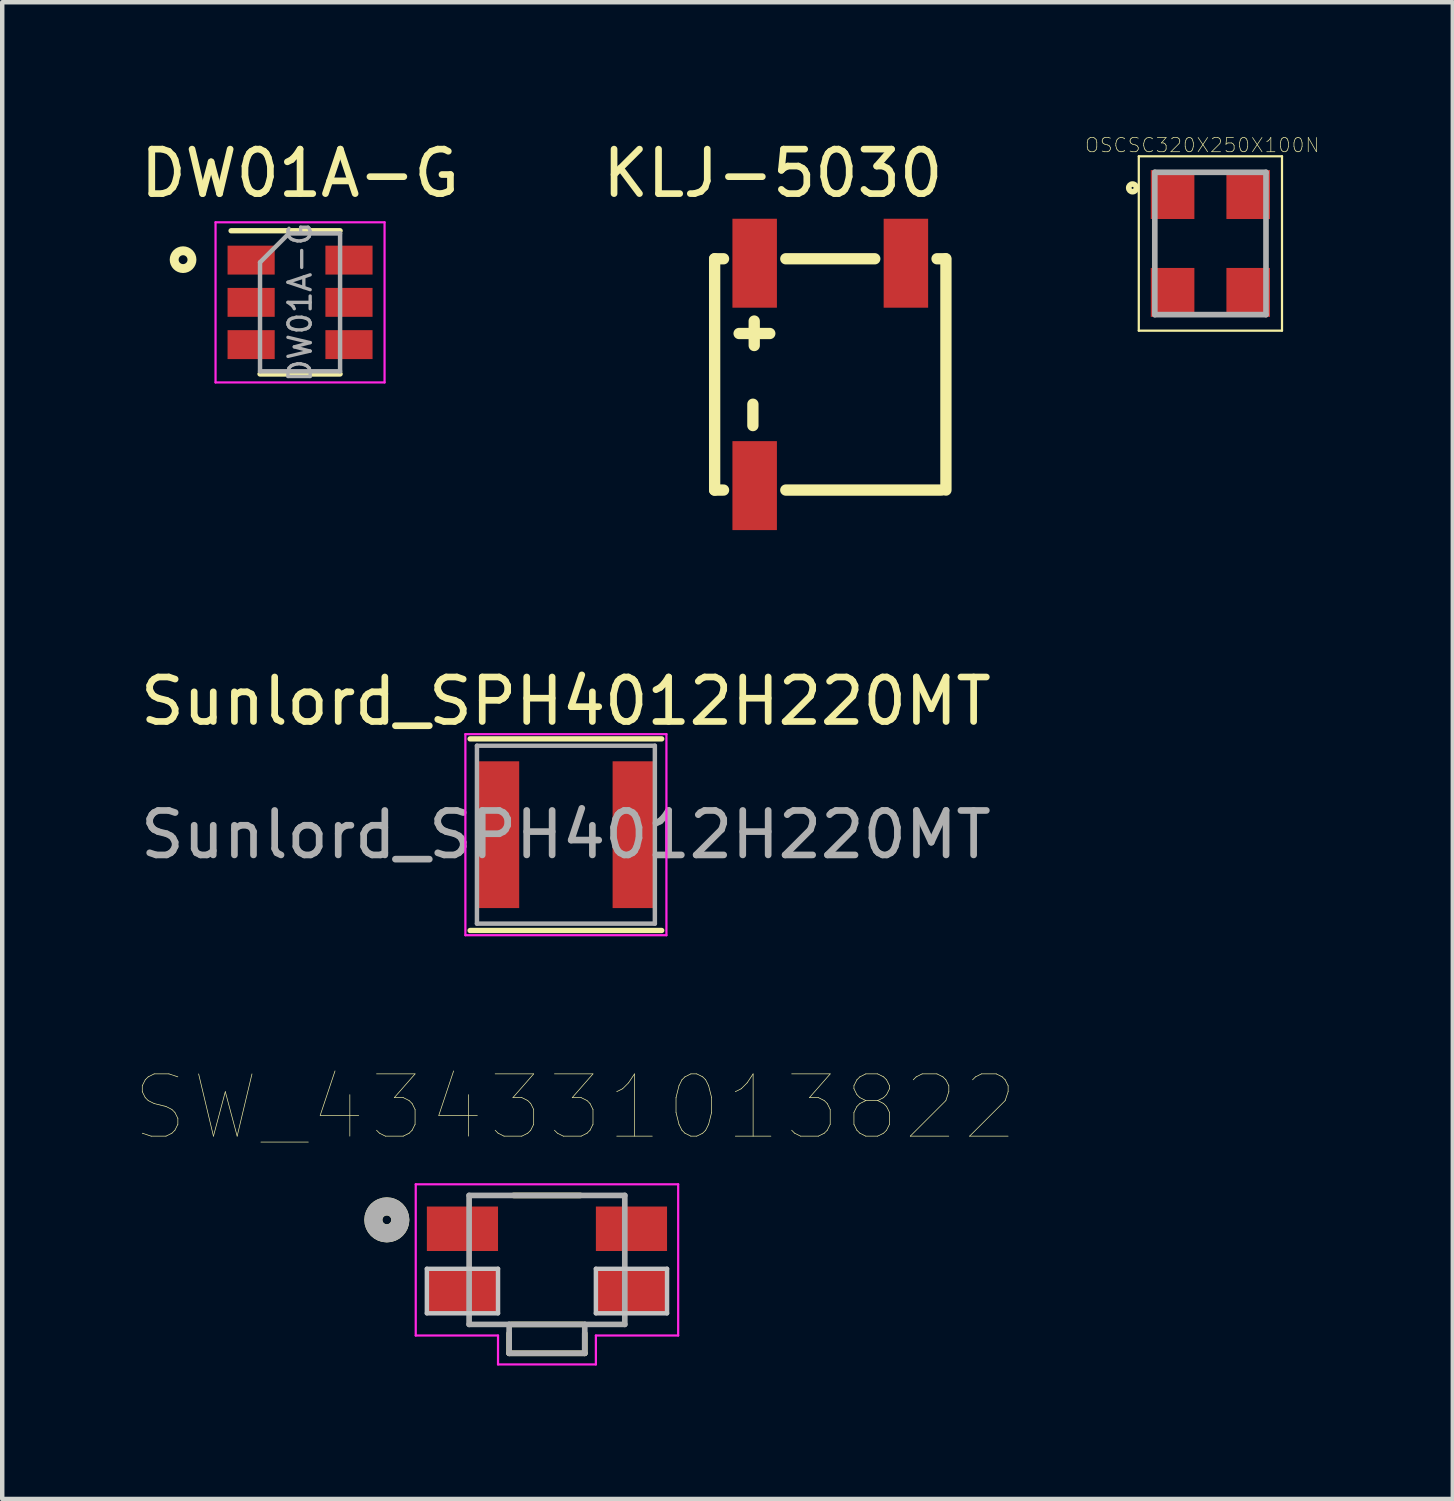
<source format=kicad_pcb>
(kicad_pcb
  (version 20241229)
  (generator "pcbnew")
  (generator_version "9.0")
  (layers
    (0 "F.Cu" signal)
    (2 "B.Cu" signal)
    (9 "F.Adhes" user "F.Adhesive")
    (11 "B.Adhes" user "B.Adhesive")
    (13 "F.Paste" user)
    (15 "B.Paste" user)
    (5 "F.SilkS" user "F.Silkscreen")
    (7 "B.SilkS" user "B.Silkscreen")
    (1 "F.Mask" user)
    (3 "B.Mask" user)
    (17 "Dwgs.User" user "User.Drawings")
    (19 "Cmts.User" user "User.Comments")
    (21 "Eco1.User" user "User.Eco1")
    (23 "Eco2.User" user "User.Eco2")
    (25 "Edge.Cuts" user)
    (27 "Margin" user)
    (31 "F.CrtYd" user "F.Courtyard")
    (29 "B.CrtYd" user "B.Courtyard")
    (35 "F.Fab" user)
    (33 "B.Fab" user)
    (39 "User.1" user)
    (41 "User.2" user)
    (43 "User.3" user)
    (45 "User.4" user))
  (footprint "SW_434331013822"
    (layer "F.Cu")
    (at 9.247 25.276)
    (property "Reference" "SW_434331013822" (at 0.635 -3.429 0) (layer "F.SilkS") (effects (font (size 1.4 1.4) (thickness 0.015))))
    (attr through_hole)
    (fp_poly (pts (xy -1.9 0.2) (xy -2.7 0.2) (xy -2.7 1.2) (xy -1.9 1.2) (xy -1.9 1.125) (xy -2.425 1.125) (xy -2.425 0.4) (xy -1.9 0.4)) (stroke (width 0.0001) (type solid)) (fill yes) (layer "F.Cu"))
    (fp_poly (pts (xy -1.9 0.2) (xy -1.1 0.2) (xy -1.1 1.2) (xy -1.9 1.2) (xy -1.9 1.125) (xy -1.625 1.125) (xy -1.625 0.4) (xy -1.9 0.4)) (stroke (width 0.0001) (type solid)) (fill yes) (layer "F.Cu"))
    (fp_poly (pts (xy 1.9 0.2) (xy 1.1 0.2) (xy 1.1 1.2) (xy 1.9 1.2) (xy 1.9 1.125) (xy 1.625 1.125) (xy 1.625 0.4) (xy 1.9 0.4)) (stroke (width 0.0001) (type solid)) (fill yes) (layer "F.Cu"))
    (fp_poly (pts (xy 1.9 0.2) (xy 2.7 0.2) (xy 2.7 1.2) (xy 1.9 1.2) (xy 1.9 1.125) (xy 2.425 1.125) (xy 2.425 0.4) (xy 1.9 0.4)) (stroke (width 0.0001) (type solid)) (fill yes) (layer "F.Cu"))
    (fp_line (start -0.85 1.65) (end -0.85 2.1) (stroke (width 0.127) (type solid)) (layer "F.SilkS"))
    (fp_line (start -0.85 2.1) (end 0.85 2.1) (stroke (width 0.127) (type solid)) (layer "F.SilkS"))
    (fp_line (start -0.8 1.45) (end 0.8 1.45) (stroke (width 0.127) (type solid)) (layer "F.SilkS"))
    (fp_line (start -0.75 -1.45) (end 0.75 -1.45) (stroke (width 0.127) (type solid)) (layer "F.SilkS"))
    (fp_line (start 0.85 2.1) (end 0.85 1.65) (stroke (width 0.127) (type solid)) (layer "F.SilkS"))
    (fp_circle (center -3.6 -0.9) (end -3.5 -0.9) (stroke (width 0.406) (type solid)) (fill no) (layer "F.SilkS"))
    (fp_poly (pts (xy -1.9 0.2) (xy -2.7 0.2) (xy -2.7 1.2) (xy -1.9 1.2) (xy -1.9 1.125) (xy -2.425 1.125) (xy -2.425 0.4) (xy -1.9 0.4)) (stroke (width 0.0001) (type solid)) (fill yes) (layer "F.Paste"))
    (fp_poly (pts (xy -1.9 0.2) (xy -1.1 0.2) (xy -1.1 1.2) (xy -1.9 1.2) (xy -1.9 1.125) (xy -1.625 1.125) (xy -1.625 0.4) (xy -1.9 0.4)) (stroke (width 0.0001) (type solid)) (fill yes) (layer "F.Paste"))
    (fp_poly (pts (xy 1.9 0.2) (xy 1.1 0.2) (xy 1.1 1.2) (xy 1.9 1.2) (xy 1.9 1.125) (xy 1.625 1.125) (xy 1.625 0.4) (xy 1.9 0.4)) (stroke (width 0.0001) (type solid)) (fill yes) (layer "F.Paste"))
    (fp_poly (pts (xy 1.9 0.2) (xy 2.7 0.2) (xy 2.7 1.2) (xy 1.9 1.2) (xy 1.9 1.125) (xy 2.425 1.125) (xy 2.425 0.4) (xy 1.9 0.4)) (stroke (width 0.0001) (type solid)) (fill yes) (layer "F.Paste"))
    (fp_poly (pts (xy -2.03 0.4) (xy -2.425 0.4) (xy -2.425 1.125) (xy -2.03 1.125) (xy -2.047 1.125) (xy -2.063 1.123) (xy -2.08 1.121) (xy -2.097 1.118) (xy -2.113 1.114) (xy -2.129 1.109) (xy -2.145 1.104) (xy -2.16 1.097) (xy -2.175 1.09) (xy -2.19 1.082) (xy -2.204 1.073) (xy -2.218 1.064) (xy -2.231 1.054) (xy -2.244 1.043) (xy -2.256 1.031) (xy -2.268 1.019) (xy -2.279 1.006) (xy -2.289 0.993) (xy -2.298 0.979) (xy -2.307 0.965) (xy -2.315 0.95) (xy -2.322 0.935) (xy -2.329 0.92) (xy -2.334 0.904) (xy -2.339 0.888) (xy -2.343 0.872) (xy -2.346 0.855) (xy -2.348 0.838) (xy -2.35 0.822) (xy -2.35 0.805) (xy -2.35 0.795) (xy -2.35 0.778) (xy -2.348 0.762) (xy -2.346 0.745) (xy -2.343 0.728) (xy -2.339 0.712) (xy -2.334 0.696) (xy -2.329 0.68) (xy -2.322 0.665) (xy -2.315 0.65) (xy -2.307 0.635) (xy -2.298 0.621) (xy -2.289 0.607) (xy -2.279 0.594) (xy -2.268 0.581) (xy -2.256 0.569) (xy -2.244 0.557) (xy -2.231 0.546) (xy -2.218 0.536) (xy -2.204 0.527) (xy -2.19 0.518) (xy -2.175 0.51) (xy -2.16 0.503) (xy -2.145 0.496) (xy -2.129 0.491) (xy -2.113 0.486) (xy -2.097 0.482) (xy -2.08 0.479) (xy -2.063 0.477) (xy -2.047 0.475) (xy -2.03 0.475) (xy -2.03 0.4)) (stroke (width 0.0001) (type solid)) (fill yes) (layer "F.Paste"))
    (fp_poly (pts (xy -2.03 0.4) (xy -1.625 0.4) (xy -1.625 1.125) (xy -2.03 1.125) (xy -2.02 1.125) (xy -2.003 1.125) (xy -1.987 1.123) (xy -1.97 1.121) (xy -1.953 1.118) (xy -1.937 1.114) (xy -1.921 1.109) (xy -1.905 1.104) (xy -1.89 1.097) (xy -1.875 1.09) (xy -1.86 1.082) (xy -1.846 1.073) (xy -1.832 1.064) (xy -1.819 1.054) (xy -1.806 1.043) (xy -1.794 1.031) (xy -1.782 1.019) (xy -1.771 1.006) (xy -1.761 0.993) (xy -1.752 0.979) (xy -1.743 0.965) (xy -1.735 0.95) (xy -1.728 0.935) (xy -1.721 0.92) (xy -1.716 0.904) (xy -1.711 0.888) (xy -1.707 0.872) (xy -1.704 0.855) (xy -1.702 0.838) (xy -1.7 0.822) (xy -1.7 0.805) (xy -1.7 0.788) (xy -1.702 0.771) (xy -1.704 0.753) (xy -1.707 0.736) (xy -1.711 0.72) (xy -1.716 0.703) (xy -1.722 0.687) (xy -1.729 0.671) (xy -1.736 0.655) (xy -1.744 0.64) (xy -1.753 0.625) (xy -1.763 0.611) (xy -1.774 0.597) (xy -1.785 0.584) (xy -1.797 0.572) (xy -1.809 0.56) (xy -1.822 0.549) (xy -1.836 0.538) (xy -1.85 0.528) (xy -1.865 0.519) (xy -1.88 0.511) (xy -1.896 0.504) (xy -1.912 0.497) (xy -1.928 0.491) (xy -1.945 0.486) (xy -1.961 0.482) (xy -1.978 0.479) (xy -1.996 0.477) (xy -2.013 0.475) (xy -2.03 0.475) (xy -2.03 0.4)) (stroke (width 0.0001) (type solid)) (fill yes) (layer "F.Paste"))
    (fp_poly (pts (xy 2.03 0.4) (xy 1.625 0.4) (xy 1.625 1.125) (xy 2.03 1.125) (xy 2.02 1.125) (xy 2.003 1.125) (xy 1.987 1.123) (xy 1.97 1.121) (xy 1.953 1.118) (xy 1.937 1.114) (xy 1.921 1.109) (xy 1.905 1.104) (xy 1.89 1.097) (xy 1.875 1.09) (xy 1.86 1.082) (xy 1.846 1.073) (xy 1.832 1.064) (xy 1.819 1.054) (xy 1.806 1.043) (xy 1.794 1.031) (xy 1.782 1.019) (xy 1.771 1.006) (xy 1.761 0.993) (xy 1.752 0.979) (xy 1.743 0.965) (xy 1.735 0.95) (xy 1.728 0.935) (xy 1.721 0.92) (xy 1.716 0.904) (xy 1.711 0.888) (xy 1.707 0.872) (xy 1.704 0.855) (xy 1.702 0.838) (xy 1.7 0.822) (xy 1.7 0.805) (xy 1.7 0.788) (xy 1.702 0.771) (xy 1.704 0.753) (xy 1.707 0.736) (xy 1.711 0.72) (xy 1.716 0.703) (xy 1.722 0.687) (xy 1.729 0.671) (xy 1.736 0.655) (xy 1.744 0.64) (xy 1.753 0.625) (xy 1.763 0.611) (xy 1.774 0.597) (xy 1.785 0.584) (xy 1.797 0.572) (xy 1.809 0.56) (xy 1.822 0.549) (xy 1.836 0.538) (xy 1.85 0.528) (xy 1.865 0.519) (xy 1.88 0.511) (xy 1.896 0.504) (xy 1.912 0.497) (xy 1.928 0.491) (xy 1.945 0.486) (xy 1.961 0.482) (xy 1.978 0.479) (xy 1.996 0.477) (xy 2.013 0.475) (xy 2.03 0.475) (xy 2.03 0.4)) (stroke (width 0.0001) (type solid)) (fill yes) (layer "F.Paste"))
    (fp_poly (pts (xy 2.03 0.4) (xy 2.425 0.4) (xy 2.425 1.125) (xy 2.03 1.125) (xy 2.047 1.125) (xy 2.063 1.123) (xy 2.08 1.121) (xy 2.097 1.118) (xy 2.113 1.114) (xy 2.129 1.109) (xy 2.145 1.104) (xy 2.16 1.097) (xy 2.175 1.09) (xy 2.19 1.082) (xy 2.204 1.073) (xy 2.218 1.064) (xy 2.231 1.054) (xy 2.244 1.043) (xy 2.256 1.031) (xy 2.268 1.019) (xy 2.279 1.006) (xy 2.289 0.993) (xy 2.298 0.979) (xy 2.307 0.965) (xy 2.315 0.95) (xy 2.322 0.935) (xy 2.329 0.92) (xy 2.334 0.904) (xy 2.339 0.888) (xy 2.343 0.872) (xy 2.346 0.855) (xy 2.348 0.838) (xy 2.35 0.822) (xy 2.35 0.805) (xy 2.35 0.795) (xy 2.35 0.778) (xy 2.348 0.762) (xy 2.346 0.745) (xy 2.343 0.728) (xy 2.339 0.712) (xy 2.334 0.696) (xy 2.329 0.68) (xy 2.322 0.665) (xy 2.315 0.65) (xy 2.307 0.635) (xy 2.298 0.621) (xy 2.289 0.607) (xy 2.279 0.594) (xy 2.268 0.581) (xy 2.256 0.569) (xy 2.244 0.557) (xy 2.231 0.546) (xy 2.218 0.536) (xy 2.204 0.527) (xy 2.19 0.518) (xy 2.175 0.51) (xy 2.16 0.503) (xy 2.145 0.496) (xy 2.129 0.491) (xy 2.113 0.486) (xy 2.097 0.482) (xy 2.08 0.479) (xy 2.063 0.477) (xy 2.047 0.475) (xy 2.03 0.475) (xy 2.03 0.4)) (stroke (width 0.0001) (type solid)) (fill yes) (layer "F.Paste"))
    (fp_line (start -2.7 0.2) (end -1.1 0.2) (stroke (width 0.1) (type solid)) (layer "Dwgs.User"))
    (fp_line (start -2.7 1.2) (end -2.7 0.2) (stroke (width 0.1) (type solid)) (layer "Dwgs.User"))
    (fp_line (start -1.1 0.2) (end -1.1 1.2) (stroke (width 0.1) (type solid)) (layer "Dwgs.User"))
    (fp_line (start -1.1 1.2) (end -2.7 1.2) (stroke (width 0.1) (type solid)) (layer "Dwgs.User"))
    (fp_line (start 1.1 0.2) (end 2.7 0.2) (stroke (width 0.1) (type solid)) (layer "Dwgs.User"))
    (fp_line (start 1.1 1.2) (end 1.1 0.2) (stroke (width 0.1) (type solid)) (layer "Dwgs.User"))
    (fp_line (start 2.7 0.2) (end 2.7 1.2) (stroke (width 0.1) (type solid)) (layer "Dwgs.User"))
    (fp_line (start 2.7 1.2) (end 1.1 1.2) (stroke (width 0.1) (type solid)) (layer "Dwgs.User"))
    (fp_line (start -2.95 -1.7) (end -2.95 1.7) (stroke (width 0.05) (type solid)) (layer "F.CrtYd"))
    (fp_line (start -2.95 1.7) (end -1.1 1.7) (stroke (width 0.05) (type solid)) (layer "F.CrtYd"))
    (fp_line (start -1.1 1.7) (end -1.1 2.35) (stroke (width 0.05) (type solid)) (layer "F.CrtYd"))
    (fp_line (start -1.1 2.35) (end 1.1 2.35) (stroke (width 0.05) (type solid)) (layer "F.CrtYd"))
    (fp_line (start 1.1 1.7) (end 2.95 1.7) (stroke (width 0.05) (type solid)) (layer "F.CrtYd"))
    (fp_line (start 1.1 2.35) (end 1.1 1.7) (stroke (width 0.05) (type solid)) (layer "F.CrtYd"))
    (fp_line (start 2.95 -1.7) (end -2.95 -1.7) (stroke (width 0.05) (type solid)) (layer "F.CrtYd"))
    (fp_line (start 2.95 1.7) (end 2.95 -1.7) (stroke (width 0.05) (type solid)) (layer "F.CrtYd"))
    (fp_line (start -1.75 -1.45) (end 1.75 -1.45) (stroke (width 0.127) (type solid)) (layer "F.Fab"))
    (fp_line (start -1.75 1.45) (end -1.75 -1.45) (stroke (width 0.127) (type solid)) (layer "F.Fab"))
    (fp_line (start -0.85 1.45) (end -1.75 1.45) (stroke (width 0.127) (type solid)) (layer "F.Fab"))
    (fp_line (start -0.85 1.45) (end -0.85 2.1) (stroke (width 0.127) (type solid)) (layer "F.Fab"))
    (fp_line (start -0.85 2.1) (end 0.85 2.1) (stroke (width 0.127) (type solid)) (layer "F.Fab"))
    (fp_line (start 0.85 1.45) (end -0.85 1.45) (stroke (width 0.127) (type solid)) (layer "F.Fab"))
    (fp_line (start 0.85 2.1) (end 0.85 1.45) (stroke (width 0.127) (type solid)) (layer "F.Fab"))
    (fp_line (start 1.75 -1.45) (end 1.75 1.45) (stroke (width 0.127) (type solid)) (layer "F.Fab"))
    (fp_line (start 1.75 1.45) (end 0.85 1.45) (stroke (width 0.127) (type solid)) (layer "F.Fab"))
    (fp_circle (center -3.6 -0.9) (end -3.5 -0.9) (stroke (width 0.406) (type solid)) (fill no) (layer "F.Fab"))
    (pad "1" smd rect (at -1.9 -0.7) (size 1.6 1) (layers "F.Cu" "F.Mask" "F.Paste"))
    (pad "2" smd rect (at 1.9 -0.7) (size 1.6 1) (layers "F.Cu" "F.Mask" "F.Paste"))
    (pad "3" smd rect (at -1.9 0.7) (size 1.6 1) (layers "F.Cu" "F.Mask" "F.Paste"))
    (pad "4" smd rect (at 1.9 0.7) (size 1.6 1) (layers "F.Cu" "F.Mask" "F.Paste")))
  (footprint "DW01A-G"
    (layer "F.Cu")
    (at 3.696 3.748)
    (property "Reference" "DW01A-G" (at 0 -2.9 0) (layer "F.SilkS") (effects (font (size 1 1) (thickness 0.15))))
    (attr smd)
    (fp_line (start -0.9 1.61) (end 0.9 1.61) (stroke (width 0.12) (type solid)) (layer "F.SilkS"))
    (fp_line (start 0.9 -1.61) (end -1.55 -1.61) (stroke (width 0.12) (type solid)) (layer "F.SilkS"))
    (fp_circle (center -2.63 -0.96) (end -2.43 -0.96) (stroke (width 0.2) (type solid)) (fill no) (layer "F.SilkS"))
    (fp_line (start -1.9 -1.8) (end -1.9 1.8) (stroke (width 0.05) (type solid)) (layer "F.CrtYd"))
    (fp_line (start -1.9 1.8) (end 1.9 1.8) (stroke (width 0.05) (type solid)) (layer "F.CrtYd"))
    (fp_line (start 1.9 -1.8) (end -1.9 -1.8) (stroke (width 0.05) (type solid)) (layer "F.CrtYd"))
    (fp_line (start 1.9 1.8) (end 1.9 -1.8) (stroke (width 0.05) (type solid)) (layer "F.CrtYd"))
    (fp_line (start -0.9 -0.9) (end -0.9 1.55) (stroke (width 0.1) (type solid)) (layer "F.Fab"))
    (fp_line (start -0.9 -0.9) (end -0.25 -1.55) (stroke (width 0.1) (type solid)) (layer "F.Fab"))
    (fp_line (start 0.9 -1.55) (end -0.25 -1.55) (stroke (width 0.1) (type solid)) (layer "F.Fab"))
    (fp_line (start 0.9 -1.55) (end 0.9 1.55) (stroke (width 0.1) (type solid)) (layer "F.Fab"))
    (fp_line (start 0.9 1.55) (end -0.9 1.55) (stroke (width 0.1) (type solid)) (layer "F.Fab"))
    (fp_text user "${REFERENCE}" (at 0 0 90) (layer "F.Fab") (effects (font (size 0.5 0.5) (thickness 0.075))))
    (pad "1" smd rect (at -1.1 -0.95) (size 1.06 0.65) (layers "F.Cu" "F.Mask" "F.Paste"))
    (pad "2" smd rect (at -1.1 0) (size 1.06 0.65) (layers "F.Cu" "F.Mask" "F.Paste"))
    (pad "3" smd rect (at -1.1 0.95) (size 1.06 0.65) (layers "F.Cu" "F.Mask" "F.Paste"))
    (pad "4" smd rect (at 1.1 0.95) (size 1.06 0.65) (layers "F.Cu" "F.Mask" "F.Paste"))
    (pad "5" smd rect (at 1.1 0) (size 1.06 0.65) (layers "F.Cu" "F.Mask" "F.Paste"))
    (pad "6" smd rect (at 1.1 -0.95) (size 1.06 0.65) (layers "F.Cu" "F.Mask" "F.Paste")))
  (footprint "KLJ-5030"
    (layer "F.Cu")
    (at 15.617 5.368)
    (property "Reference" "KLJ-5030" (at -1.29 -4.52 0) (layer "F.SilkS") (effects (font (size 1 1) (thickness 0.15))))
    (attr through_hole)
    (fp_line (start -2.6 -2.6) (end -2.6 2.6) (stroke (width 0.254) (type solid)) (layer "F.SilkS"))
    (fp_line (start -2.6 -2.6) (end -2.4 -2.6) (stroke (width 0.254) (type solid)) (layer "F.SilkS"))
    (fp_line (start -2.6 2.6) (end -2.4 2.6) (stroke (width 0.254) (type solid)) (layer "F.SilkS"))
    (fp_line (start -2.05 -0.92) (end -1.36 -0.92) (stroke (width 0.254) (type solid)) (layer "F.SilkS"))
    (fp_line (start -1.74 1.15) (end -1.74 0.67) (stroke (width 0.254) (type solid)) (layer "F.SilkS"))
    (fp_line (start -1.71 -1.2) (end -1.71 -0.65) (stroke (width 0.254) (type solid)) (layer "F.SilkS"))
    (fp_line (start -1 -2.6) (end 1 -2.6) (stroke (width 0.254) (type solid)) (layer "F.SilkS"))
    (fp_line (start -1 2.6) (end 2.5 2.6) (stroke (width 0.254) (type solid)) (layer "F.SilkS"))
    (fp_line (start 2.4 -2.6) (end 2.59 -2.6) (stroke (width 0.254) (type solid)) (layer "F.SilkS"))
    (fp_line (start 2.6 -2.6) (end 2.6 2.6) (stroke (width 0.254) (type solid)) (layer "F.SilkS"))
    (pad "1" smd rect (at -1.7 -2.5) (size 1 2) (layers "F.Cu" "F.Mask" "F.Paste"))
    (pad "2" smd rect (at -1.7 2.5) (size 1 2) (layers "F.Cu" "F.Mask" "F.Paste"))
    (pad "3" smd rect (at 1.7 -2.5) (size 1 2) (layers "F.Cu" "F.Mask" "F.Paste")))
  (footprint "OSCSC320X250X100N"
    (layer "F.Cu")
    (at 24.163 2.424)
    (property "Reference" "OSCSC320X250X100N" (at -0.185 -2.21 0) (layer "F.SilkS") (effects (font (size 0.321 0.321) (thickness 0.015))))
    (attr through_hole)
    (fp_line (start -1.61 -1.96) (end 1.61 -1.96) (stroke (width 0.05) (type solid)) (layer "F.SilkS"))
    (fp_line (start -1.61 1.96) (end -1.61 -1.96) (stroke (width 0.05) (type solid)) (layer "F.SilkS"))
    (fp_line (start 1.61 1.96) (end -1.61 1.96) (stroke (width 0.05) (type solid)) (layer "F.SilkS"))
    (fp_line (start 1.61 1.96) (end 1.61 -1.96) (stroke (width 0.05) (type solid)) (layer "F.SilkS"))
    (fp_circle (center -1.75 -1.25) (end -1.664 -1.25) (stroke (width 0.127) (type solid)) (fill no) (layer "F.SilkS"))
    (fp_line (start -1.25 -1.6) (end 1.25 -1.6) (stroke (width 0.127) (type solid)) (layer "F.Fab"))
    (fp_line (start -1.25 1.6) (end -1.25 -1.6) (stroke (width 0.127) (type solid)) (layer "F.Fab"))
    (fp_line (start 1.25 -1.6) (end 1.25 1.6) (stroke (width 0.127) (type solid)) (layer "F.Fab"))
    (fp_line (start 1.25 1.6) (end -1.25 1.6) (stroke (width 0.127) (type solid)) (layer "F.Fab"))
    (pad "1" smd rect (at -0.85 -1.1) (size 0.98 1.1) (layers "F.Cu" "F.Mask" "F.Paste"))
    (pad "2" smd rect (at -0.85 1.1) (size 0.98 1.1) (layers "F.Cu" "F.Mask" "F.Paste"))
    (pad "3" smd rect (at 0.85 1.1) (size 0.98 1.1) (layers "F.Cu" "F.Mask" "F.Paste"))
    (pad "4" smd rect (at 0.85 -1.1) (size 0.98 1.1) (layers "F.Cu" "F.Mask" "F.Paste")))
  (footprint "Sunlord_SPH4012H220MT"
    (layer "F.Cu")
    (at 9.673 15.716)
    (property "Reference" "Sunlord_SPH4012H220MT" (at 0 -3 0) (layer "F.SilkS") (effects (font (size 1 1) (thickness 0.15))))
    (attr smd)
    (fp_line (start -2.154 -2.154) (end 2.154 -2.154) (stroke (width 0.12) (type solid)) (layer "F.SilkS"))
    (fp_line (start 2.154 2.154) (end -2.154 2.154) (stroke (width 0.12) (type solid)) (layer "F.SilkS"))
    (fp_line (start -2.26 -2.26) (end 2.26 -2.26) (stroke (width 0.05) (type solid)) (layer "F.CrtYd"))
    (fp_line (start -2.26 2.26) (end -2.26 -2.26) (stroke (width 0.05) (type solid)) (layer "F.CrtYd"))
    (fp_line (start 2.26 -2.26) (end 2.26 2.26) (stroke (width 0.05) (type solid)) (layer "F.CrtYd"))
    (fp_line (start 2.26 2.26) (end -2.26 2.26) (stroke (width 0.05) (type solid)) (layer "F.CrtYd"))
    (fp_line (start -2 -2) (end 2 -2) (stroke (width 0.1) (type solid)) (layer "F.Fab"))
    (fp_line (start -2 2) (end -2 -2) (stroke (width 0.1) (type solid)) (layer "F.Fab"))
    (fp_line (start 2 -2) (end 2 2) (stroke (width 0.1) (type solid)) (layer "F.Fab"))
    (fp_line (start 2 2) (end -2 2) (stroke (width 0.1) (type solid)) (layer "F.Fab"))
    (fp_text user "${REFERENCE}" (at 0 0 0) (layer "F.Fab") (effects (font (size 1 1) (thickness 0.15))))
    (pad "1" smd rect (at -1.525 0) (size 0.95 3.3) (layers "F.Cu" "F.Mask" "F.Paste"))
    (pad "2" smd rect (at 1.525 0) (size 0.95 3.3) (layers "F.Cu" "F.Mask" "F.Paste")))
  (gr_rect
    (start -3 -3)
    (end 29.613 30.651)
    (stroke (width 0.1) (type default))
    (fill no)
    (layer "Edge.Cuts")))
</source>
